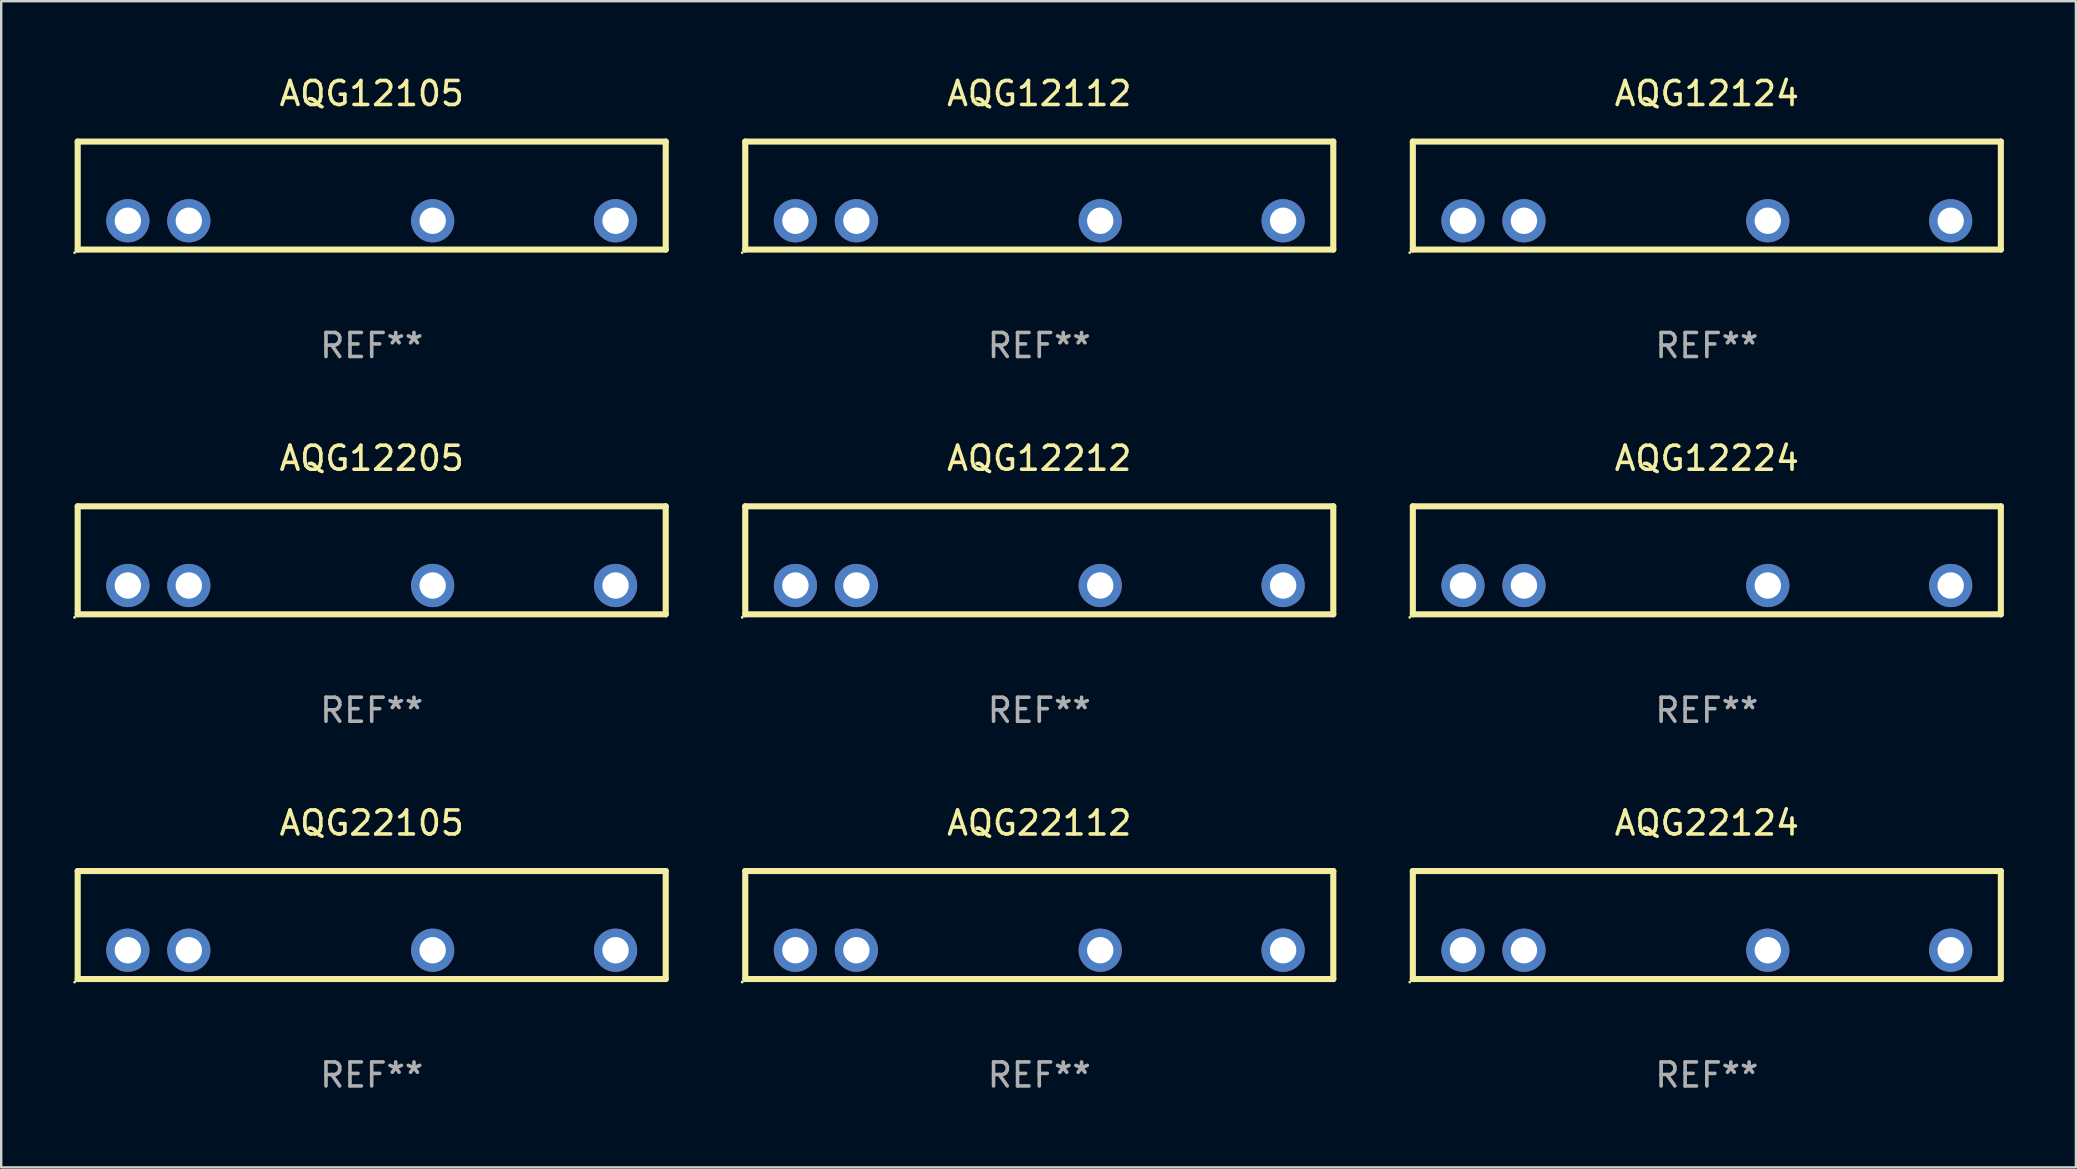
<source format=kicad_pcb>
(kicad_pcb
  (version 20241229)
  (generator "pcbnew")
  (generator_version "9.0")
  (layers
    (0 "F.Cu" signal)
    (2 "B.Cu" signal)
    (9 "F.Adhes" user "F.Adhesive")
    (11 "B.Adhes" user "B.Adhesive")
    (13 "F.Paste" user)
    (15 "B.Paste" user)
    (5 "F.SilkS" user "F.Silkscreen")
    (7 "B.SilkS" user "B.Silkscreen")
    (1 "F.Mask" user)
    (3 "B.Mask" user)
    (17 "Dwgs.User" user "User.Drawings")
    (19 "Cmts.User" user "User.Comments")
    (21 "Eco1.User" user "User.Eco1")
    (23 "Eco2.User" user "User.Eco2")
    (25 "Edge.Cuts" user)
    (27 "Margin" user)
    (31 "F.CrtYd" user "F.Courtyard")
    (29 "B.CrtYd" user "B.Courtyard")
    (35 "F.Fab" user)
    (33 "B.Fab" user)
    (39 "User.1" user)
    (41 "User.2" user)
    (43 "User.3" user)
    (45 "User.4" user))
  (footprint "AQG12212"
    (layer "F.Cu")
    (at 40.251 20.295)
    (property "Reference" "AQG12212" (at 0 -4.25 0) (layer "F.SilkS") (effects (font (size 1 1) (thickness 0.15))))
    (attr through_hole)
    (fp_line (start -12.25 -2.25) (end -12.25 2.25) (stroke (width 0.254) (type solid)) (layer "F.SilkS"))
    (fp_line (start 12.25 -2.25) (end -12.25 -2.25) (stroke (width 0.254) (type solid)) (layer "F.SilkS"))
    (fp_line (start 12.25 2.25) (end -12.25 2.25) (stroke (width 0.254) (type solid)) (layer "F.SilkS"))
    (fp_line (start 12.25 2.25) (end 12.25 -2.25) (stroke (width 0.254) (type solid)) (layer "F.SilkS"))
    (fp_circle (center -12.377 2.377) (end -12.347 2.377) (stroke (width 0.06) (type solid)) (fill no) (layer "F.SilkS"))
    (fp_text user "REF**" (at 0 6.25 0) (layer "F.Fab") (effects (font (size 1 1) (thickness 0.15))))
    (pad "1" thru_hole circle (at -10.16 1.05) (size 1.8 1.8) (drill 1.1) (layers "*.Cu" "*.Mask"))
    (pad "2" thru_hole circle (at -7.62 1.05) (size 1.8 1.8) (drill 1.1) (layers "*.Cu" "*.Mask"))
    (pad "3" thru_hole circle (at 2.54 1.05) (size 1.8 1.8) (drill 1.1) (layers "*.Cu" "*.Mask"))
    (pad "4" thru_hole circle (at 10.16 1.05) (size 1.8 1.8) (drill 1.1) (layers "*.Cu" "*.Mask")))
  (footprint "AQG12224"
    (layer "F.Cu")
    (at 68.065 20.295)
    (property "Reference" "AQG12224" (at 0 -4.25 0) (layer "F.SilkS") (effects (font (size 1 1) (thickness 0.15))))
    (attr through_hole)
    (fp_line (start -12.25 -2.25) (end -12.25 2.25) (stroke (width 0.254) (type solid)) (layer "F.SilkS"))
    (fp_line (start 12.25 -2.25) (end -12.25 -2.25) (stroke (width 0.254) (type solid)) (layer "F.SilkS"))
    (fp_line (start 12.25 2.25) (end -12.25 2.25) (stroke (width 0.254) (type solid)) (layer "F.SilkS"))
    (fp_line (start 12.25 2.25) (end 12.25 -2.25) (stroke (width 0.254) (type solid)) (layer "F.SilkS"))
    (fp_circle (center -12.377 2.377) (end -12.347 2.377) (stroke (width 0.06) (type solid)) (fill no) (layer "F.SilkS"))
    (fp_text user "REF**" (at 0 6.25 0) (layer "F.Fab") (effects (font (size 1 1) (thickness 0.15))))
    (pad "1" thru_hole circle (at -10.16 1.05) (size 1.8 1.8) (drill 1.1) (layers "*.Cu" "*.Mask"))
    (pad "2" thru_hole circle (at -7.62 1.05) (size 1.8 1.8) (drill 1.1) (layers "*.Cu" "*.Mask"))
    (pad "3" thru_hole circle (at 2.54 1.05) (size 1.8 1.8) (drill 1.1) (layers "*.Cu" "*.Mask"))
    (pad "4" thru_hole circle (at 10.16 1.05) (size 1.8 1.8) (drill 1.1) (layers "*.Cu" "*.Mask")))
  (footprint "AQG12205"
    (layer "F.Cu")
    (at 12.437 20.295)
    (property "Reference" "AQG12205" (at 0 -4.25 0) (layer "F.SilkS") (effects (font (size 1 1) (thickness 0.15))))
    (attr through_hole)
    (fp_line (start -12.25 -2.25) (end -12.25 2.25) (stroke (width 0.254) (type solid)) (layer "F.SilkS"))
    (fp_line (start 12.25 -2.25) (end -12.25 -2.25) (stroke (width 0.254) (type solid)) (layer "F.SilkS"))
    (fp_line (start 12.25 2.25) (end -12.25 2.25) (stroke (width 0.254) (type solid)) (layer "F.SilkS"))
    (fp_line (start 12.25 2.25) (end 12.25 -2.25) (stroke (width 0.254) (type solid)) (layer "F.SilkS"))
    (fp_circle (center -12.377 2.377) (end -12.347 2.377) (stroke (width 0.06) (type solid)) (fill no) (layer "F.SilkS"))
    (fp_text user "REF**" (at 0 6.25 0) (layer "F.Fab") (effects (font (size 1 1) (thickness 0.15))))
    (pad "1" thru_hole circle (at -10.16 1.05) (size 1.8 1.8) (drill 1.1) (layers "*.Cu" "*.Mask"))
    (pad "2" thru_hole circle (at -7.62 1.05) (size 1.8 1.8) (drill 1.1) (layers "*.Cu" "*.Mask"))
    (pad "3" thru_hole circle (at 2.54 1.05) (size 1.8 1.8) (drill 1.1) (layers "*.Cu" "*.Mask"))
    (pad "4" thru_hole circle (at 10.16 1.05) (size 1.8 1.8) (drill 1.1) (layers "*.Cu" "*.Mask")))
  (footprint "AQG22105"
    (layer "F.Cu")
    (at 12.437 35.491)
    (property "Reference" "AQG22105" (at 0 -4.25 0) (layer "F.SilkS") (effects (font (size 1 1) (thickness 0.15))))
    (attr through_hole)
    (fp_line (start -12.25 -2.25) (end -12.25 2.25) (stroke (width 0.254) (type solid)) (layer "F.SilkS"))
    (fp_line (start 12.25 -2.25) (end -12.25 -2.25) (stroke (width 0.254) (type solid)) (layer "F.SilkS"))
    (fp_line (start 12.25 2.25) (end -12.25 2.25) (stroke (width 0.254) (type solid)) (layer "F.SilkS"))
    (fp_line (start 12.25 2.25) (end 12.25 -2.25) (stroke (width 0.254) (type solid)) (layer "F.SilkS"))
    (fp_circle (center -12.377 2.377) (end -12.347 2.377) (stroke (width 0.06) (type solid)) (fill no) (layer "F.SilkS"))
    (fp_text user "REF**" (at 0 6.25 0) (layer "F.Fab") (effects (font (size 1 1) (thickness 0.15))))
    (pad "1" thru_hole circle (at -10.16 1.05) (size 1.8 1.8) (drill 1.1) (layers "*.Cu" "*.Mask"))
    (pad "2" thru_hole circle (at -7.62 1.05) (size 1.8 1.8) (drill 1.1) (layers "*.Cu" "*.Mask"))
    (pad "3" thru_hole circle (at 2.54 1.05) (size 1.8 1.8) (drill 1.1) (layers "*.Cu" "*.Mask"))
    (pad "4" thru_hole circle (at 10.16 1.05) (size 1.8 1.8) (drill 1.1) (layers "*.Cu" "*.Mask")))
  (footprint "AQG12105"
    (layer "F.Cu")
    (at 12.437 5.098)
    (property "Reference" "AQG12105" (at 0 -4.25 0) (layer "F.SilkS") (effects (font (size 1 1) (thickness 0.15))))
    (attr through_hole)
    (fp_line (start -12.25 -2.25) (end -12.25 2.25) (stroke (width 0.254) (type solid)) (layer "F.SilkS"))
    (fp_line (start 12.25 -2.25) (end -12.25 -2.25) (stroke (width 0.254) (type solid)) (layer "F.SilkS"))
    (fp_line (start 12.25 2.25) (end -12.25 2.25) (stroke (width 0.254) (type solid)) (layer "F.SilkS"))
    (fp_line (start 12.25 2.25) (end 12.25 -2.25) (stroke (width 0.254) (type solid)) (layer "F.SilkS"))
    (fp_circle (center -12.377 2.377) (end -12.347 2.377) (stroke (width 0.06) (type solid)) (fill no) (layer "F.SilkS"))
    (fp_text user "REF**" (at 0 6.25 0) (layer "F.Fab") (effects (font (size 1 1) (thickness 0.15))))
    (pad "1" thru_hole circle (at -10.16 1.05) (size 1.8 1.8) (drill 1.1) (layers "*.Cu" "*.Mask"))
    (pad "2" thru_hole circle (at -7.62 1.05) (size 1.8 1.8) (drill 1.1) (layers "*.Cu" "*.Mask"))
    (pad "3" thru_hole circle (at 2.54 1.05) (size 1.8 1.8) (drill 1.1) (layers "*.Cu" "*.Mask"))
    (pad "4" thru_hole circle (at 10.16 1.05) (size 1.8 1.8) (drill 1.1) (layers "*.Cu" "*.Mask")))
  (footprint "AQG12112"
    (layer "F.Cu")
    (at 40.251 5.098)
    (property "Reference" "AQG12112" (at 0 -4.25 0) (layer "F.SilkS") (effects (font (size 1 1) (thickness 0.15))))
    (attr through_hole)
    (fp_line (start -12.25 -2.25) (end -12.25 2.25) (stroke (width 0.254) (type solid)) (layer "F.SilkS"))
    (fp_line (start 12.25 -2.25) (end -12.25 -2.25) (stroke (width 0.254) (type solid)) (layer "F.SilkS"))
    (fp_line (start 12.25 2.25) (end -12.25 2.25) (stroke (width 0.254) (type solid)) (layer "F.SilkS"))
    (fp_line (start 12.25 2.25) (end 12.25 -2.25) (stroke (width 0.254) (type solid)) (layer "F.SilkS"))
    (fp_circle (center -12.377 2.377) (end -12.347 2.377) (stroke (width 0.06) (type solid)) (fill no) (layer "F.SilkS"))
    (fp_text user "REF**" (at 0 6.25 0) (layer "F.Fab") (effects (font (size 1 1) (thickness 0.15))))
    (pad "1" thru_hole circle (at -10.16 1.05) (size 1.8 1.8) (drill 1.1) (layers "*.Cu" "*.Mask"))
    (pad "2" thru_hole circle (at -7.62 1.05) (size 1.8 1.8) (drill 1.1) (layers "*.Cu" "*.Mask"))
    (pad "3" thru_hole circle (at 2.54 1.05) (size 1.8 1.8) (drill 1.1) (layers "*.Cu" "*.Mask"))
    (pad "4" thru_hole circle (at 10.16 1.05) (size 1.8 1.8) (drill 1.1) (layers "*.Cu" "*.Mask")))
  (footprint "AQG22124"
    (layer "F.Cu")
    (at 68.065 35.491)
    (property "Reference" "AQG22124" (at 0 -4.25 0) (layer "F.SilkS") (effects (font (size 1 1) (thickness 0.15))))
    (attr through_hole)
    (fp_line (start -12.25 -2.25) (end -12.25 2.25) (stroke (width 0.254) (type solid)) (layer "F.SilkS"))
    (fp_line (start 12.25 -2.25) (end -12.25 -2.25) (stroke (width 0.254) (type solid)) (layer "F.SilkS"))
    (fp_line (start 12.25 2.25) (end -12.25 2.25) (stroke (width 0.254) (type solid)) (layer "F.SilkS"))
    (fp_line (start 12.25 2.25) (end 12.25 -2.25) (stroke (width 0.254) (type solid)) (layer "F.SilkS"))
    (fp_circle (center -12.377 2.377) (end -12.347 2.377) (stroke (width 0.06) (type solid)) (fill no) (layer "F.SilkS"))
    (fp_text user "REF**" (at 0 6.25 0) (layer "F.Fab") (effects (font (size 1 1) (thickness 0.15))))
    (pad "1" thru_hole circle (at -10.16 1.05) (size 1.8 1.8) (drill 1.1) (layers "*.Cu" "*.Mask"))
    (pad "2" thru_hole circle (at -7.62 1.05) (size 1.8 1.8) (drill 1.1) (layers "*.Cu" "*.Mask"))
    (pad "3" thru_hole circle (at 2.54 1.05) (size 1.8 1.8) (drill 1.1) (layers "*.Cu" "*.Mask"))
    (pad "4" thru_hole circle (at 10.16 1.05) (size 1.8 1.8) (drill 1.1) (layers "*.Cu" "*.Mask")))
  (footprint "AQG12124"
    (layer "F.Cu")
    (at 68.065 5.098)
    (property "Reference" "AQG12124" (at 0 -4.25 0) (layer "F.SilkS") (effects (font (size 1 1) (thickness 0.15))))
    (attr through_hole)
    (fp_line (start -12.25 -2.25) (end -12.25 2.25) (stroke (width 0.254) (type solid)) (layer "F.SilkS"))
    (fp_line (start 12.25 -2.25) (end -12.25 -2.25) (stroke (width 0.254) (type solid)) (layer "F.SilkS"))
    (fp_line (start 12.25 2.25) (end -12.25 2.25) (stroke (width 0.254) (type solid)) (layer "F.SilkS"))
    (fp_line (start 12.25 2.25) (end 12.25 -2.25) (stroke (width 0.254) (type solid)) (layer "F.SilkS"))
    (fp_circle (center -12.377 2.377) (end -12.347 2.377) (stroke (width 0.06) (type solid)) (fill no) (layer "F.SilkS"))
    (fp_text user "REF**" (at 0 6.25 0) (layer "F.Fab") (effects (font (size 1 1) (thickness 0.15))))
    (pad "1" thru_hole circle (at -10.16 1.05) (size 1.8 1.8) (drill 1.1) (layers "*.Cu" "*.Mask"))
    (pad "2" thru_hole circle (at -7.62 1.05) (size 1.8 1.8) (drill 1.1) (layers "*.Cu" "*.Mask"))
    (pad "3" thru_hole circle (at 2.54 1.05) (size 1.8 1.8) (drill 1.1) (layers "*.Cu" "*.Mask"))
    (pad "4" thru_hole circle (at 10.16 1.05) (size 1.8 1.8) (drill 1.1) (layers "*.Cu" "*.Mask")))
  (footprint "AQG22112"
    (layer "F.Cu")
    (at 40.251 35.491)
    (property "Reference" "AQG22112" (at 0 -4.25 0) (layer "F.SilkS") (effects (font (size 1 1) (thickness 0.15))))
    (attr through_hole)
    (fp_line (start -12.25 -2.25) (end -12.25 2.25) (stroke (width 0.254) (type solid)) (layer "F.SilkS"))
    (fp_line (start 12.25 -2.25) (end -12.25 -2.25) (stroke (width 0.254) (type solid)) (layer "F.SilkS"))
    (fp_line (start 12.25 2.25) (end -12.25 2.25) (stroke (width 0.254) (type solid)) (layer "F.SilkS"))
    (fp_line (start 12.25 2.25) (end 12.25 -2.25) (stroke (width 0.254) (type solid)) (layer "F.SilkS"))
    (fp_circle (center -12.377 2.377) (end -12.347 2.377) (stroke (width 0.06) (type solid)) (fill no) (layer "F.SilkS"))
    (fp_text user "REF**" (at 0 6.25 0) (layer "F.Fab") (effects (font (size 1 1) (thickness 0.15))))
    (pad "1" thru_hole circle (at -10.16 1.05) (size 1.8 1.8) (drill 1.1) (layers "*.Cu" "*.Mask"))
    (pad "2" thru_hole circle (at -7.62 1.05) (size 1.8 1.8) (drill 1.1) (layers "*.Cu" "*.Mask"))
    (pad "3" thru_hole circle (at 2.54 1.05) (size 1.8 1.8) (drill 1.1) (layers "*.Cu" "*.Mask"))
    (pad "4" thru_hole circle (at 10.16 1.05) (size 1.8 1.8) (drill 1.1) (layers "*.Cu" "*.Mask")))
  (gr_rect
    (start -3 -3)
    (end 83.442 45.59)
    (stroke (width 0.1) (type default))
    (fill no)
    (layer "Edge.Cuts")))
</source>
